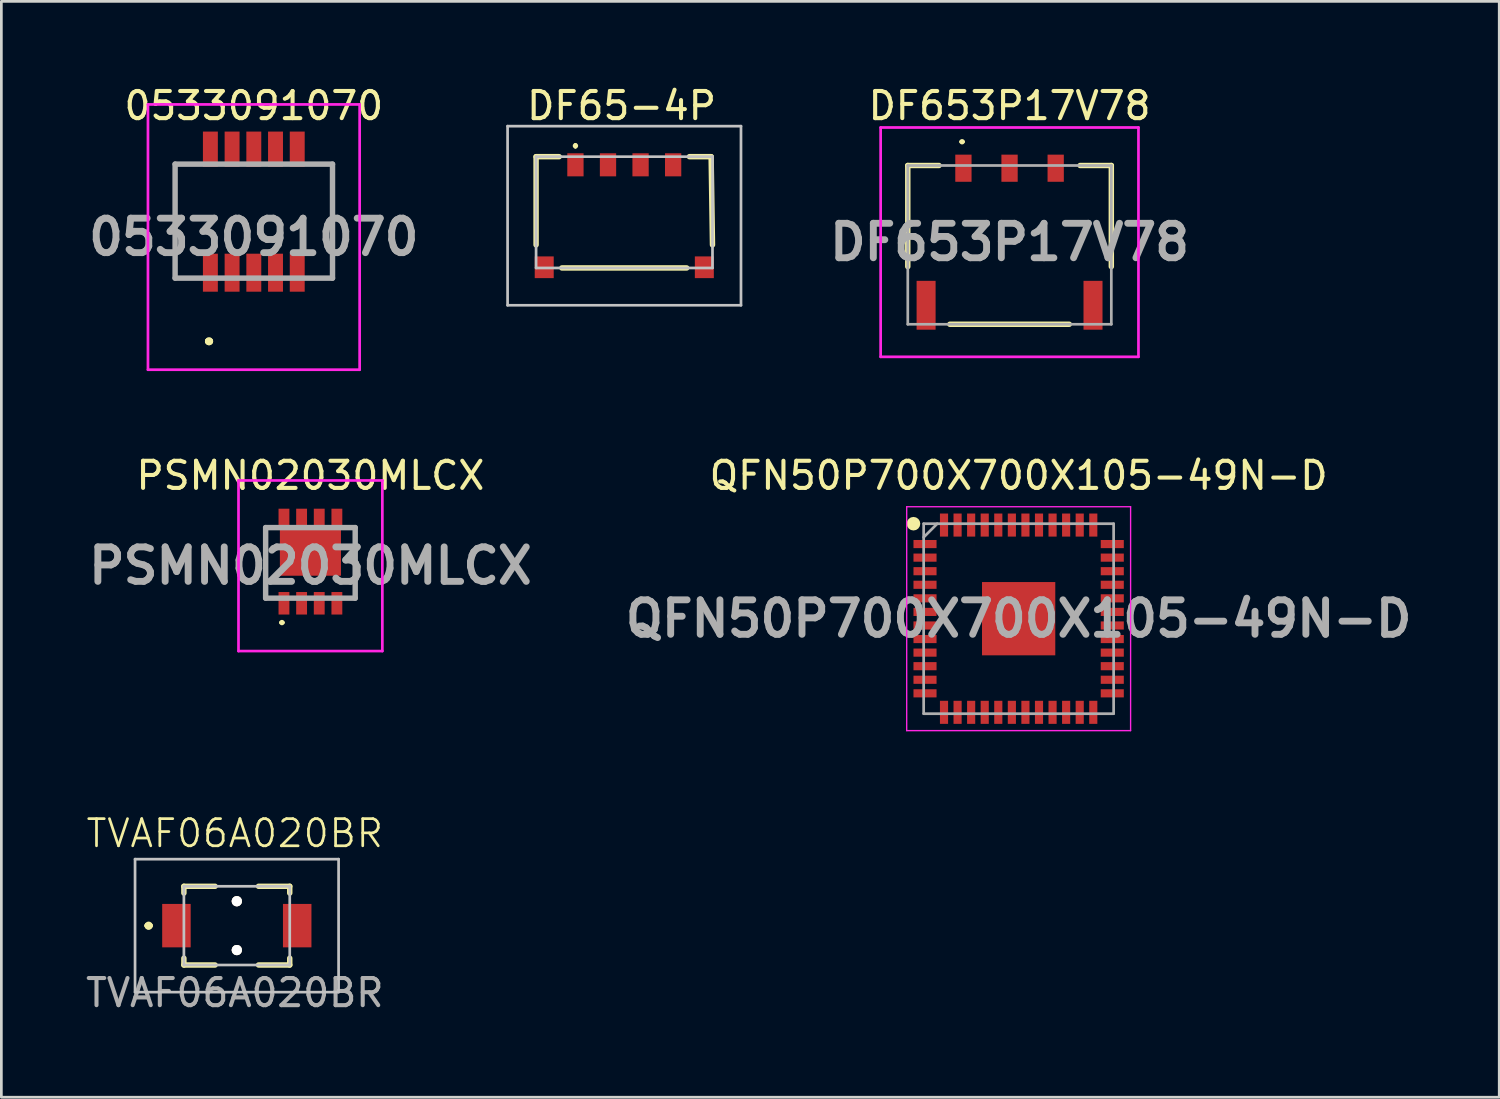
<source format=kicad_pcb>
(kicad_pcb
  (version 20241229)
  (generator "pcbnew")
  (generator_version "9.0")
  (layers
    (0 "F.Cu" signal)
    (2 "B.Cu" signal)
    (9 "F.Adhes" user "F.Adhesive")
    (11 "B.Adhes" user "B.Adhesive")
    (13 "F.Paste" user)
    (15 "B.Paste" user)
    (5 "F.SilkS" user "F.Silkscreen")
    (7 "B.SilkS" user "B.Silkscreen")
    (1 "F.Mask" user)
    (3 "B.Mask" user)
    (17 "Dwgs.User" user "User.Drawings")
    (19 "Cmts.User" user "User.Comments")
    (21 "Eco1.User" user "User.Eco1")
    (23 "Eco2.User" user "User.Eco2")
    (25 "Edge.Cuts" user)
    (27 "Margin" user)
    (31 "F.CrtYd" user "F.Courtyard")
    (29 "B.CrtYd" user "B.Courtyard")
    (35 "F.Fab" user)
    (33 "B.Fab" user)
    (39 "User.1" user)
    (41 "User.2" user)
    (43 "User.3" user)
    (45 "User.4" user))
  (footprint "0533091070"
    (layer "F.Cu")
    (at 6.302 4.823)
    (property "Reference" "0533091070" (at 0 -3.975 0) (layer "F.SilkS") (effects (font (size 1 1) (thickness 0.15))))
    (attr smd)
    (fp_line (start -2.9 -1.75) (end -2.9 -1.75) (stroke (width 0.1) (type solid)) (layer "F.SilkS"))
    (fp_line (start -2.9 -1.75) (end -2.9 2.25) (stroke (width 0.1) (type solid)) (layer "F.SilkS"))
    (fp_line (start -2.9 2.25) (end -2.9 -1.75) (stroke (width 0.1) (type solid)) (layer "F.SilkS"))
    (fp_line (start -2.9 2.25) (end -2.9 2.25) (stroke (width 0.1) (type solid)) (layer "F.SilkS"))
    (fp_line (start -1.7 4.7) (end -1.7 4.7) (stroke (width 0.2) (type solid)) (layer "F.SilkS"))
    (fp_line (start -1.7 4.7) (end -1.7 4.7) (stroke (width 0.2) (type solid)) (layer "F.SilkS"))
    (fp_line (start -1.6 4.7) (end -1.6 4.7) (stroke (width 0.2) (type solid)) (layer "F.SilkS"))
    (fp_line (start 2.9 -1.75) (end 2.9 -1.75) (stroke (width 0.1) (type solid)) (layer "F.SilkS"))
    (fp_line (start 2.9 -1.75) (end 2.9 2.25) (stroke (width 0.1) (type solid)) (layer "F.SilkS"))
    (fp_line (start 2.9 2.25) (end 2.9 -1.75) (stroke (width 0.1) (type solid)) (layer "F.SilkS"))
    (fp_line (start 2.9 2.25) (end 2.9 2.25) (stroke (width 0.1) (type solid)) (layer "F.SilkS"))
    (fp_arc (start -1.7 4.7) (mid -1.65 4.65) (end -1.6 4.7) (stroke (width 0.2) (type solid)) (layer "F.SilkS"))
    (fp_arc (start -1.6 4.7) (mid -1.65 4.75) (end -1.7 4.7) (stroke (width 0.2) (type solid)) (layer "F.SilkS"))
    (fp_arc (start -1.6 4.7) (mid -1.65 4.75) (end -1.7 4.7) (stroke (width 0.2) (type solid)) (layer "F.SilkS"))
    (fp_line (start -3.9 -4.025) (end 3.9 -4.025) (stroke (width 0.1) (type solid)) (layer "F.CrtYd"))
    (fp_line (start -3.9 5.75) (end -3.9 -4.025) (stroke (width 0.1) (type solid)) (layer "F.CrtYd"))
    (fp_line (start 3.9 -4.025) (end 3.9 5.75) (stroke (width 0.1) (type solid)) (layer "F.CrtYd"))
    (fp_line (start 3.9 5.75) (end -3.9 5.75) (stroke (width 0.1) (type solid)) (layer "F.CrtYd"))
    (fp_line (start -2.9 -1.825) (end -2.9 2.375) (stroke (width 0.2) (type solid)) (layer "F.Fab"))
    (fp_line (start -2.9 2.375) (end 2.9 2.375) (stroke (width 0.2) (type solid)) (layer "F.Fab"))
    (fp_line (start 2.9 -1.825) (end -2.9 -1.825) (stroke (width 0.2) (type solid)) (layer "F.Fab"))
    (fp_line (start 2.9 2.375) (end 2.9 -1.825) (stroke (width 0.2) (type solid)) (layer "F.Fab"))
    (fp_text user "${REFERENCE}" (at 0 0.862 0) (layer "F.Fab") (effects (font (size 1.27 1.27) (thickness 0.254))))
    (pad "1" smd rect (at -1.6 2.175) (size 0.55 1.4) (layers "F.Cu" "F.Mask" "F.Paste"))
    (pad "2" smd rect (at -1.6 -2.375) (size 0.55 1.3) (layers "F.Cu" "F.Mask" "F.Paste"))
    (pad "3" smd rect (at -0.8 2.175) (size 0.55 1.4) (layers "F.Cu" "F.Mask" "F.Paste"))
    (pad "4" smd rect (at -0.8 -2.375) (size 0.55 1.3) (layers "F.Cu" "F.Mask" "F.Paste"))
    (pad "5" smd rect (at 0 2.175) (size 0.55 1.4) (layers "F.Cu" "F.Mask" "F.Paste"))
    (pad "6" smd rect (at 0 -2.375) (size 0.55 1.3) (layers "F.Cu" "F.Mask" "F.Paste"))
    (pad "7" smd rect (at 0.8 2.175) (size 0.55 1.4) (layers "F.Cu" "F.Mask" "F.Paste"))
    (pad "8" smd rect (at 0.8 -2.375) (size 0.55 1.3) (layers "F.Cu" "F.Mask" "F.Paste"))
    (pad "9" smd rect (at 1.6 2.175) (size 0.55 1.4) (layers "F.Cu" "F.Mask" "F.Paste"))
    (pad "10" smd rect (at 1.6 -2.375) (size 0.55 1.3) (layers "F.Cu" "F.Mask" "F.Paste")))
  (footprint "QFN50P700X700X105-49N-D"
    (layer "F.Cu")
    (at 34.484 19.747)
    (property "Reference" "QFN50P700X700X105-49N-D" (at 0 -5.275 0) (layer "F.SilkS") (effects (font (size 1 1) (thickness 0.15))))
    (attr smd)
    (fp_circle (center -3.875 -3.5) (end -3.875 -3.375) (stroke (width 0.25) (type solid)) (fill no) (layer "F.SilkS"))
    (fp_line (start -4.125 -4.125) (end 4.125 -4.125) (stroke (width 0.05) (type solid)) (layer "F.CrtYd"))
    (fp_line (start -4.125 4.125) (end -4.125 -4.125) (stroke (width 0.05) (type solid)) (layer "F.CrtYd"))
    (fp_line (start 4.125 -4.125) (end 4.125 4.125) (stroke (width 0.05) (type solid)) (layer "F.CrtYd"))
    (fp_line (start 4.125 4.125) (end -4.125 4.125) (stroke (width 0.05) (type solid)) (layer "F.CrtYd"))
    (fp_line (start -3.5 -3.5) (end 3.5 -3.5) (stroke (width 0.1) (type solid)) (layer "F.Fab"))
    (fp_line (start -3.5 -3) (end -3 -3.5) (stroke (width 0.1) (type solid)) (layer "F.Fab"))
    (fp_line (start -3.5 3.5) (end -3.5 -3.5) (stroke (width 0.1) (type solid)) (layer "F.Fab"))
    (fp_line (start 3.5 -3.5) (end 3.5 3.5) (stroke (width 0.1) (type solid)) (layer "F.Fab"))
    (fp_line (start 3.5 3.5) (end -3.5 3.5) (stroke (width 0.1) (type solid)) (layer "F.Fab"))
    (fp_text user "${REFERENCE}" (at 0 0 0) (layer "F.Fab") (effects (font (size 1.27 1.27) (thickness 0.254))))
    (pad "1" smd rect (at -3.45 -2.75 90) (size 0.3 0.85) (layers "F.Cu" "F.Mask" "F.Paste"))
    (pad "2" smd rect (at -3.45 -2.25 90) (size 0.3 0.85) (layers "F.Cu" "F.Mask" "F.Paste"))
    (pad "3" smd rect (at -3.45 -1.75 90) (size 0.3 0.85) (layers "F.Cu" "F.Mask" "F.Paste"))
    (pad "4" smd rect (at -3.45 -1.25 90) (size 0.3 0.85) (layers "F.Cu" "F.Mask" "F.Paste"))
    (pad "5" smd rect (at -3.45 -0.75 90) (size 0.3 0.85) (layers "F.Cu" "F.Mask" "F.Paste"))
    (pad "6" smd rect (at -3.45 -0.25 90) (size 0.3 0.85) (layers "F.Cu" "F.Mask" "F.Paste"))
    (pad "7" smd rect (at -3.45 0.25 90) (size 0.3 0.85) (layers "F.Cu" "F.Mask" "F.Paste"))
    (pad "8" smd rect (at -3.45 0.75 90) (size 0.3 0.85) (layers "F.Cu" "F.Mask" "F.Paste"))
    (pad "9" smd rect (at -3.45 1.25 90) (size 0.3 0.85) (layers "F.Cu" "F.Mask" "F.Paste"))
    (pad "10" smd rect (at -3.45 1.75 90) (size 0.3 0.85) (layers "F.Cu" "F.Mask" "F.Paste"))
    (pad "11" smd rect (at -3.45 2.25 90) (size 0.3 0.85) (layers "F.Cu" "F.Mask" "F.Paste"))
    (pad "12" smd rect (at -3.45 2.75 90) (size 0.3 0.85) (layers "F.Cu" "F.Mask" "F.Paste"))
    (pad "13" smd rect (at -2.75 3.45) (size 0.3 0.85) (layers "F.Cu" "F.Mask" "F.Paste"))
    (pad "14" smd rect (at -2.25 3.45) (size 0.3 0.85) (layers "F.Cu" "F.Mask" "F.Paste"))
    (pad "15" smd rect (at -1.75 3.45) (size 0.3 0.85) (layers "F.Cu" "F.Mask" "F.Paste"))
    (pad "16" smd rect (at -1.25 3.45) (size 0.3 0.85) (layers "F.Cu" "F.Mask" "F.Paste"))
    (pad "17" smd rect (at -0.75 3.45) (size 0.3 0.85) (layers "F.Cu" "F.Mask" "F.Paste"))
    (pad "18" smd rect (at -0.25 3.45) (size 0.3 0.85) (layers "F.Cu" "F.Mask" "F.Paste"))
    (pad "19" smd rect (at 0.25 3.45) (size 0.3 0.85) (layers "F.Cu" "F.Mask" "F.Paste"))
    (pad "20" smd rect (at 0.75 3.45) (size 0.3 0.85) (layers "F.Cu" "F.Mask" "F.Paste"))
    (pad "21" smd rect (at 1.25 3.45) (size 0.3 0.85) (layers "F.Cu" "F.Mask" "F.Paste"))
    (pad "22" smd rect (at 1.75 3.45) (size 0.3 0.85) (layers "F.Cu" "F.Mask" "F.Paste"))
    (pad "23" smd rect (at 2.25 3.45) (size 0.3 0.85) (layers "F.Cu" "F.Mask" "F.Paste"))
    (pad "24" smd rect (at 2.75 3.45) (size 0.3 0.85) (layers "F.Cu" "F.Mask" "F.Paste"))
    (pad "25" smd rect (at 3.45 2.75 90) (size 0.3 0.85) (layers "F.Cu" "F.Mask" "F.Paste"))
    (pad "26" smd rect (at 3.45 2.25 90) (size 0.3 0.85) (layers "F.Cu" "F.Mask" "F.Paste"))
    (pad "27" smd rect (at 3.45 1.75 90) (size 0.3 0.85) (layers "F.Cu" "F.Mask" "F.Paste"))
    (pad "28" smd rect (at 3.45 1.25 90) (size 0.3 0.85) (layers "F.Cu" "F.Mask" "F.Paste"))
    (pad "29" smd rect (at 3.45 0.75 90) (size 0.3 0.85) (layers "F.Cu" "F.Mask" "F.Paste"))
    (pad "30" smd rect (at 3.45 0.25 90) (size 0.3 0.85) (layers "F.Cu" "F.Mask" "F.Paste"))
    (pad "31" smd rect (at 3.45 -0.25 90) (size 0.3 0.85) (layers "F.Cu" "F.Mask" "F.Paste"))
    (pad "32" smd rect (at 3.45 -0.75 90) (size 0.3 0.85) (layers "F.Cu" "F.Mask" "F.Paste"))
    (pad "33" smd rect (at 3.45 -1.25 90) (size 0.3 0.85) (layers "F.Cu" "F.Mask" "F.Paste"))
    (pad "34" smd rect (at 3.45 -1.75 90) (size 0.3 0.85) (layers "F.Cu" "F.Mask" "F.Paste"))
    (pad "35" smd rect (at 3.45 -2.25 90) (size 0.3 0.85) (layers "F.Cu" "F.Mask" "F.Paste"))
    (pad "36" smd rect (at 3.45 -2.75 90) (size 0.3 0.85) (layers "F.Cu" "F.Mask" "F.Paste"))
    (pad "37" smd rect (at 2.75 -3.45) (size 0.3 0.85) (layers "F.Cu" "F.Mask" "F.Paste"))
    (pad "38" smd rect (at 2.25 -3.45) (size 0.3 0.85) (layers "F.Cu" "F.Mask" "F.Paste"))
    (pad "39" smd rect (at 1.75 -3.45) (size 0.3 0.85) (layers "F.Cu" "F.Mask" "F.Paste"))
    (pad "40" smd rect (at 1.25 -3.45) (size 0.3 0.85) (layers "F.Cu" "F.Mask" "F.Paste"))
    (pad "41" smd rect (at 0.75 -3.45) (size 0.3 0.85) (layers "F.Cu" "F.Mask" "F.Paste"))
    (pad "42" smd rect (at 0.25 -3.45) (size 0.3 0.85) (layers "F.Cu" "F.Mask" "F.Paste"))
    (pad "43" smd rect (at -0.25 -3.45) (size 0.3 0.85) (layers "F.Cu" "F.Mask" "F.Paste"))
    (pad "44" smd rect (at -0.75 -3.45) (size 0.3 0.85) (layers "F.Cu" "F.Mask" "F.Paste"))
    (pad "45" smd rect (at -1.25 -3.45) (size 0.3 0.85) (layers "F.Cu" "F.Mask" "F.Paste"))
    (pad "46" smd rect (at -1.75 -3.45) (size 0.3 0.85) (layers "F.Cu" "F.Mask" "F.Paste"))
    (pad "47" smd rect (at -2.25 -3.45) (size 0.3 0.85) (layers "F.Cu" "F.Mask" "F.Paste"))
    (pad "48" smd rect (at -2.75 -3.45) (size 0.3 0.85) (layers "F.Cu" "F.Mask" "F.Paste"))
    (pad "49" smd rect (at 0 0) (size 2.7 2.7) (layers "F.Cu" "F.Mask" "F.Paste")))
  (footprint "DF65-4P"
    (layer "F.Cu")
    (at 19.853 4.898)
    (property "Reference" "DF65-4P" (at 0 -4.05 0) (unlocked yes) (layer "F.SilkS") (effects (font (size 1 1) (thickness 0.15))))
    (attr smd)
    (fp_line (start -3.15 -2.175) (end -3.15 1.075) (stroke (width 0.2) (type solid)) (layer "F.SilkS"))
    (fp_line (start -2.3 -2.175) (end -3.15 -2.175) (stroke (width 0.2) (type solid)) (layer "F.SilkS"))
    (fp_line (start -2.2 1.925) (end 2.4 1.925) (stroke (width 0.2) (type solid)) (layer "F.SilkS"))
    (fp_line (start -1.7 -2.625) (end -1.7 -2.625) (stroke (width 0.1) (type solid)) (layer "F.SilkS"))
    (fp_line (start -1.7 -2.525) (end -1.7 -2.525) (stroke (width 0.1) (type solid)) (layer "F.SilkS"))
    (fp_line (start 2.5 -2.175) (end 3.3 -2.175) (stroke (width 0.2) (type solid)) (layer "F.SilkS"))
    (fp_line (start 3.3 -2.175) (end 3.35 1.075) (stroke (width 0.2) (type solid)) (layer "F.SilkS"))
    (fp_arc (start -1.7 -2.625) (mid -1.65 -2.575) (end -1.7 -2.525) (stroke (width 0.1) (type solid)) (layer "F.SilkS"))
    (fp_arc (start -1.7 -2.525) (mid -1.75 -2.575) (end -1.7 -2.625) (stroke (width 0.1) (type solid)) (layer "F.SilkS"))
    (fp_line (start -4.2 -3.3) (end 4.4 -3.3) (stroke (width 0.1) (type solid)) (layer "Dwgs.User"))
    (fp_line (start -4.2 3.3) (end -4.2 -3.3) (stroke (width 0.1) (type solid)) (layer "Dwgs.User"))
    (fp_line (start -3.15 -2.175) (end 3.35 -2.175) (stroke (width 0.1) (type solid)) (layer "Dwgs.User"))
    (fp_line (start -3.15 1.925) (end -3.15 -2.175) (stroke (width 0.1) (type solid)) (layer "Dwgs.User"))
    (fp_line (start 3.35 -2.175) (end 3.35 1.925) (stroke (width 0.1) (type solid)) (layer "Dwgs.User"))
    (fp_line (start 3.35 1.925) (end -3.15 1.925) (stroke (width 0.1) (type solid)) (layer "Dwgs.User"))
    (fp_line (start 4.4 -3.3) (end 4.4 3.3) (stroke (width 0.1) (type solid)) (layer "Dwgs.User"))
    (fp_line (start 4.4 3.3) (end -4.2 3.3) (stroke (width 0.1) (type solid)) (layer "Dwgs.User"))
    (pad "1" smd rect (at -1.7 -1.875) (size 0.6 0.85) (layers "F.Cu" "F.Mask" "F.Paste"))
    (pad "2" smd rect (at -0.5 -1.875) (size 0.6 0.85) (layers "F.Cu" "F.Mask" "F.Paste"))
    (pad "3" smd rect (at 0.7 -1.875) (size 0.6 0.85) (layers "F.Cu" "F.Mask" "F.Paste"))
    (pad "4" smd rect (at 1.9 -1.875) (size 0.6 0.85) (layers "F.Cu" "F.Mask" "F.Paste"))
    (pad "MP1" smd rect (at -2.85 1.9) (size 0.7 0.8) (layers "F.Cu" "F.Mask" "F.Paste"))
    (pad "MP2" smd rect (at 3.05 1.9) (size 0.7 0.8) (layers "F.Cu" "F.Mask" "F.Paste")))
  (footprint "DF653P17V78"
    (layer "F.Cu")
    (at 34.149 5.973)
    (property "Reference" "DF653P17V78" (at 0 -5.125 0) (layer "F.SilkS") (effects (font (size 1 1) (thickness 0.15))))
    (attr smd)
    (fp_line (start -3.75 -2.925) (end -3.75 0.8) (stroke (width 0.2) (type solid)) (layer "F.SilkS"))
    (fp_line (start -2.6 -2.925) (end -3.75 -2.925) (stroke (width 0.2) (type solid)) (layer "F.SilkS"))
    (fp_line (start -2.2 2.925) (end 2.2 2.925) (stroke (width 0.2) (type solid)) (layer "F.SilkS"))
    (fp_line (start -1.8 -3.8) (end -1.8 -3.8) (stroke (width 0.1) (type solid)) (layer "F.SilkS"))
    (fp_line (start -1.7 -3.8) (end -1.7 -3.8) (stroke (width 0.1) (type solid)) (layer "F.SilkS"))
    (fp_line (start 2.6 -2.925) (end 3.75 -2.925) (stroke (width 0.2) (type solid)) (layer "F.SilkS"))
    (fp_line (start 3.75 -2.925) (end 3.75 0.8) (stroke (width 0.2) (type solid)) (layer "F.SilkS"))
    (fp_arc (start -1.8 -3.8) (mid -1.75 -3.85) (end -1.7 -3.8) (stroke (width 0.1) (type solid)) (layer "F.SilkS"))
    (fp_arc (start -1.7 -3.8) (mid -1.75 -3.75) (end -1.8 -3.8) (stroke (width 0.1) (type solid)) (layer "F.SilkS"))
    (fp_line (start -4.75 -4.325) (end 4.75 -4.325) (stroke (width 0.1) (type solid)) (layer "F.CrtYd"))
    (fp_line (start -4.75 4.125) (end -4.75 -4.325) (stroke (width 0.1) (type solid)) (layer "F.CrtYd"))
    (fp_line (start 4.75 -4.325) (end 4.75 4.125) (stroke (width 0.1) (type solid)) (layer "F.CrtYd"))
    (fp_line (start 4.75 4.125) (end -4.75 4.125) (stroke (width 0.1) (type solid)) (layer "F.CrtYd"))
    (fp_line (start -3.75 -2.925) (end 3.75 -2.925) (stroke (width 0.1) (type solid)) (layer "F.Fab"))
    (fp_line (start -3.75 2.925) (end -3.75 -2.925) (stroke (width 0.1) (type solid)) (layer "F.Fab"))
    (fp_line (start 3.75 -2.925) (end 3.75 2.925) (stroke (width 0.1) (type solid)) (layer "F.Fab"))
    (fp_line (start 3.75 2.925) (end -3.75 2.925) (stroke (width 0.1) (type solid)) (layer "F.Fab"))
    (fp_text user "${REFERENCE}" (at 0 -0.1 0) (layer "F.Fab") (effects (font (size 1.27 1.27) (thickness 0.254))))
    (pad "1" smd rect (at -1.7 -2.825) (size 0.6 1) (layers "F.Cu" "F.Mask" "F.Paste"))
    (pad "2" smd rect (at 0 -2.825) (size 0.6 1) (layers "F.Cu" "F.Mask" "F.Paste"))
    (pad "3" smd rect (at 1.7 -2.825) (size 0.6 1) (layers "F.Cu" "F.Mask" "F.Paste"))
    (pad "MP1" smd rect (at -3.075 2.225) (size 0.7 1.8) (layers "F.Cu" "F.Mask" "F.Paste"))
    (pad "MP2" smd rect (at 3.075 2.225) (size 0.7 1.8) (layers "F.Cu" "F.Mask" "F.Paste")))
  (footprint "PSMN02030MLCX"
    (layer "F.Cu")
    (at 8.388 17.797)
    (property "Reference" "PSMN02030MLCX" (at 0 -3.325 0) (layer "F.SilkS") (effects (font (size 1 1) (thickness 0.15))))
    (attr smd)
    (fp_line (start -1.65 -1.407) (end -1.65 1.193) (stroke (width 0.1) (type solid)) (layer "F.SilkS"))
    (fp_line (start -1.1 2.093) (end -1.1 2.093) (stroke (width 0.1) (type solid)) (layer "F.SilkS"))
    (fp_line (start -1 2.093) (end -1 2.093) (stroke (width 0.1) (type solid)) (layer "F.SilkS"))
    (fp_line (start 1.65 -1.407) (end 1.65 1.193) (stroke (width 0.1) (type solid)) (layer "F.SilkS"))
    (fp_arc (start -1.1 2.093) (mid -1.05 2.043) (end -1 2.093) (stroke (width 0.1) (type solid)) (layer "F.SilkS"))
    (fp_arc (start -1 2.093) (mid -1.05 2.143) (end -1.1 2.093) (stroke (width 0.1) (type solid)) (layer "F.SilkS"))
    (fp_line (start -2.65 -3.143) (end 2.65 -3.143) (stroke (width 0.1) (type solid)) (layer "F.CrtYd"))
    (fp_line (start -2.65 3.143) (end -2.65 -3.143) (stroke (width 0.1) (type solid)) (layer "F.CrtYd"))
    (fp_line (start 2.65 -3.143) (end 2.65 3.143) (stroke (width 0.1) (type solid)) (layer "F.CrtYd"))
    (fp_line (start 2.65 3.143) (end -2.65 3.143) (stroke (width 0.1) (type solid)) (layer "F.CrtYd"))
    (fp_line (start -1.65 -1.407) (end 1.65 -1.407) (stroke (width 0.2) (type solid)) (layer "F.Fab"))
    (fp_line (start -1.65 1.193) (end -1.65 -1.407) (stroke (width 0.2) (type solid)) (layer "F.Fab"))
    (fp_line (start 1.65 -1.407) (end 1.65 1.193) (stroke (width 0.2) (type solid)) (layer "F.Fab"))
    (fp_line (start 1.65 1.193) (end -1.65 1.193) (stroke (width 0.2) (type solid)) (layer "F.Fab"))
    (fp_text user "${REFERENCE}" (at 0 0 0) (layer "F.Fab") (effects (font (size 1.27 1.27) (thickness 0.254))))
    (pad "1" smd rect (at -0.975 1.382) (size 0.4 0.83) (layers "F.Cu" "F.Mask" "F.Paste"))
    (pad "2" smd rect (at -0.325 1.382) (size 0.4 0.83) (layers "F.Cu" "F.Mask" "F.Paste"))
    (pad "3" smd rect (at 0.325 1.382) (size 0.4 0.83) (layers "F.Cu" "F.Mask" "F.Paste"))
    (pad "4" smd rect (at 0.975 1.382) (size 0.4 0.83) (layers "F.Cu" "F.Mask" "F.Paste"))
    (pad "5" smd rect (at 0.975 -1.728) (size 0.4 0.75) (layers "F.Cu" "F.Mask" "F.Paste"))
    (pad "6" smd rect (at 0.325 -1.728) (size 0.4 0.75) (layers "F.Cu" "F.Mask" "F.Paste"))
    (pad "7" smd rect (at -0.325 -1.728) (size 0.4 0.75) (layers "F.Cu" "F.Mask" "F.Paste"))
    (pad "8" smd rect (at -0.975 -1.728) (size 0.4 0.75) (layers "F.Cu" "F.Mask" "F.Paste"))
    (pad "9" smd rect (at 0 -0.493 90) (size 1.72 2.25) (layers "F.Cu" "F.Mask" "F.Paste")))
  (footprint "TVAF06A020BR"
    (layer "F.Cu")
    (at 5.601 31.032)
    (property "Reference" "TVAF06A020BR" (at 0 -3.375 0) (unlocked yes) (layer "F.SilkS") (effects (font (size 1 1) (thickness 0.1))))
    (attr smd)
    (fp_line (start -3.225 0.025) (end -3.225 0.025) (stroke (width 0.2) (type solid)) (layer "F.SilkS"))
    (fp_line (start -3.225 0.025) (end -3.225 0.025) (stroke (width 0.2) (type solid)) (layer "F.SilkS"))
    (fp_line (start -3.125 0.025) (end -3.125 0.025) (stroke (width 0.2) (type solid)) (layer "F.SilkS"))
    (fp_line (start -1.875 -1.425) (end -0.725 -1.425) (stroke (width 0.2) (type solid)) (layer "F.SilkS"))
    (fp_line (start -1.875 -1.175) (end -1.875 -1.425) (stroke (width 0.2) (type solid)) (layer "F.SilkS"))
    (fp_line (start -1.875 1.225) (end -1.875 1.475) (stroke (width 0.2) (type solid)) (layer "F.SilkS"))
    (fp_line (start -1.875 1.475) (end -0.725 1.475) (stroke (width 0.2) (type solid)) (layer "F.SilkS"))
    (fp_line (start 0.875 -1.425) (end 2.025 -1.425) (stroke (width 0.2) (type solid)) (layer "F.SilkS"))
    (fp_line (start 2.025 -1.425) (end 2.025 -1.175) (stroke (width 0.2) (type solid)) (layer "F.SilkS"))
    (fp_line (start 2.025 1.225) (end 2.025 1.475) (stroke (width 0.2) (type solid)) (layer "F.SilkS"))
    (fp_line (start 2.025 1.475) (end 0.875 1.475) (stroke (width 0.2) (type solid)) (layer "F.SilkS"))
    (fp_arc (start -3.225 0.025) (mid -3.175 -0.025) (end -3.125 0.025) (stroke (width 0.2) (type solid)) (layer "F.SilkS"))
    (fp_arc (start -3.125 0.025) (mid -3.175 0.075) (end -3.225 0.025) (stroke (width 0.2) (type solid)) (layer "F.SilkS"))
    (fp_arc (start -3.125 0.025) (mid -3.175 0.075) (end -3.225 0.025) (stroke (width 0.2) (type solid)) (layer "F.SilkS"))
    (fp_line (start -3.675 -2.425) (end 3.825 -2.425) (stroke (width 0.1) (type solid)) (layer "Dwgs.User"))
    (fp_line (start -3.675 2.475) (end -3.675 -2.425) (stroke (width 0.1) (type solid)) (layer "Dwgs.User"))
    (fp_line (start -1.875 -1.425) (end -1.875 1.475) (stroke (width 0.1) (type solid)) (layer "Dwgs.User"))
    (fp_line (start -1.875 1.475) (end 2.025 1.475) (stroke (width 0.1) (type solid)) (layer "Dwgs.User"))
    (fp_line (start 2.025 -1.425) (end -1.875 -1.425) (stroke (width 0.1) (type solid)) (layer "Dwgs.User"))
    (fp_line (start 2.025 1.475) (end 2.025 -1.425) (stroke (width 0.1) (type solid)) (layer "Dwgs.User"))
    (fp_line (start 3.825 -2.425) (end 3.825 2.475) (stroke (width 0.1) (type solid)) (layer "Dwgs.User"))
    (fp_line (start 3.825 2.475) (end -3.675 2.475) (stroke (width 0.1) (type solid)) (layer "Dwgs.User"))
    (fp_text user "${REFERENCE}" (at 0 2.5 0) (unlocked yes) (layer "F.Fab") (effects (font (size 1 1) (thickness 0.15))))
    (pad "1" smd rect (at -2.15 0.025) (size 1.05 1.6) (layers "F.Cu" "F.Mask" "F.Paste"))
    (pad "2" smd rect (at 2.3 0.025) (size 1.05 1.6) (layers "F.Cu" "F.Mask" "F.Paste"))
    (pad "MH1" thru_hole circle (at 0.075 -0.875 90) (size 0.375 0.375) (drill 0.75) (layers "*.Cu" "*.Mask" "F.SilkS"))
    (pad "MH2" thru_hole circle (at 0.075 0.925 90) (size 0.375 0.375) (drill 0.75) (layers "*.Cu" "*.Mask" "F.SilkS")))
  (gr_rect
    (start -3 -3)
    (end 52.192 37.38)
    (stroke (width 0.1) (type default))
    (fill no)
    (layer "Edge.Cuts")))
</source>
